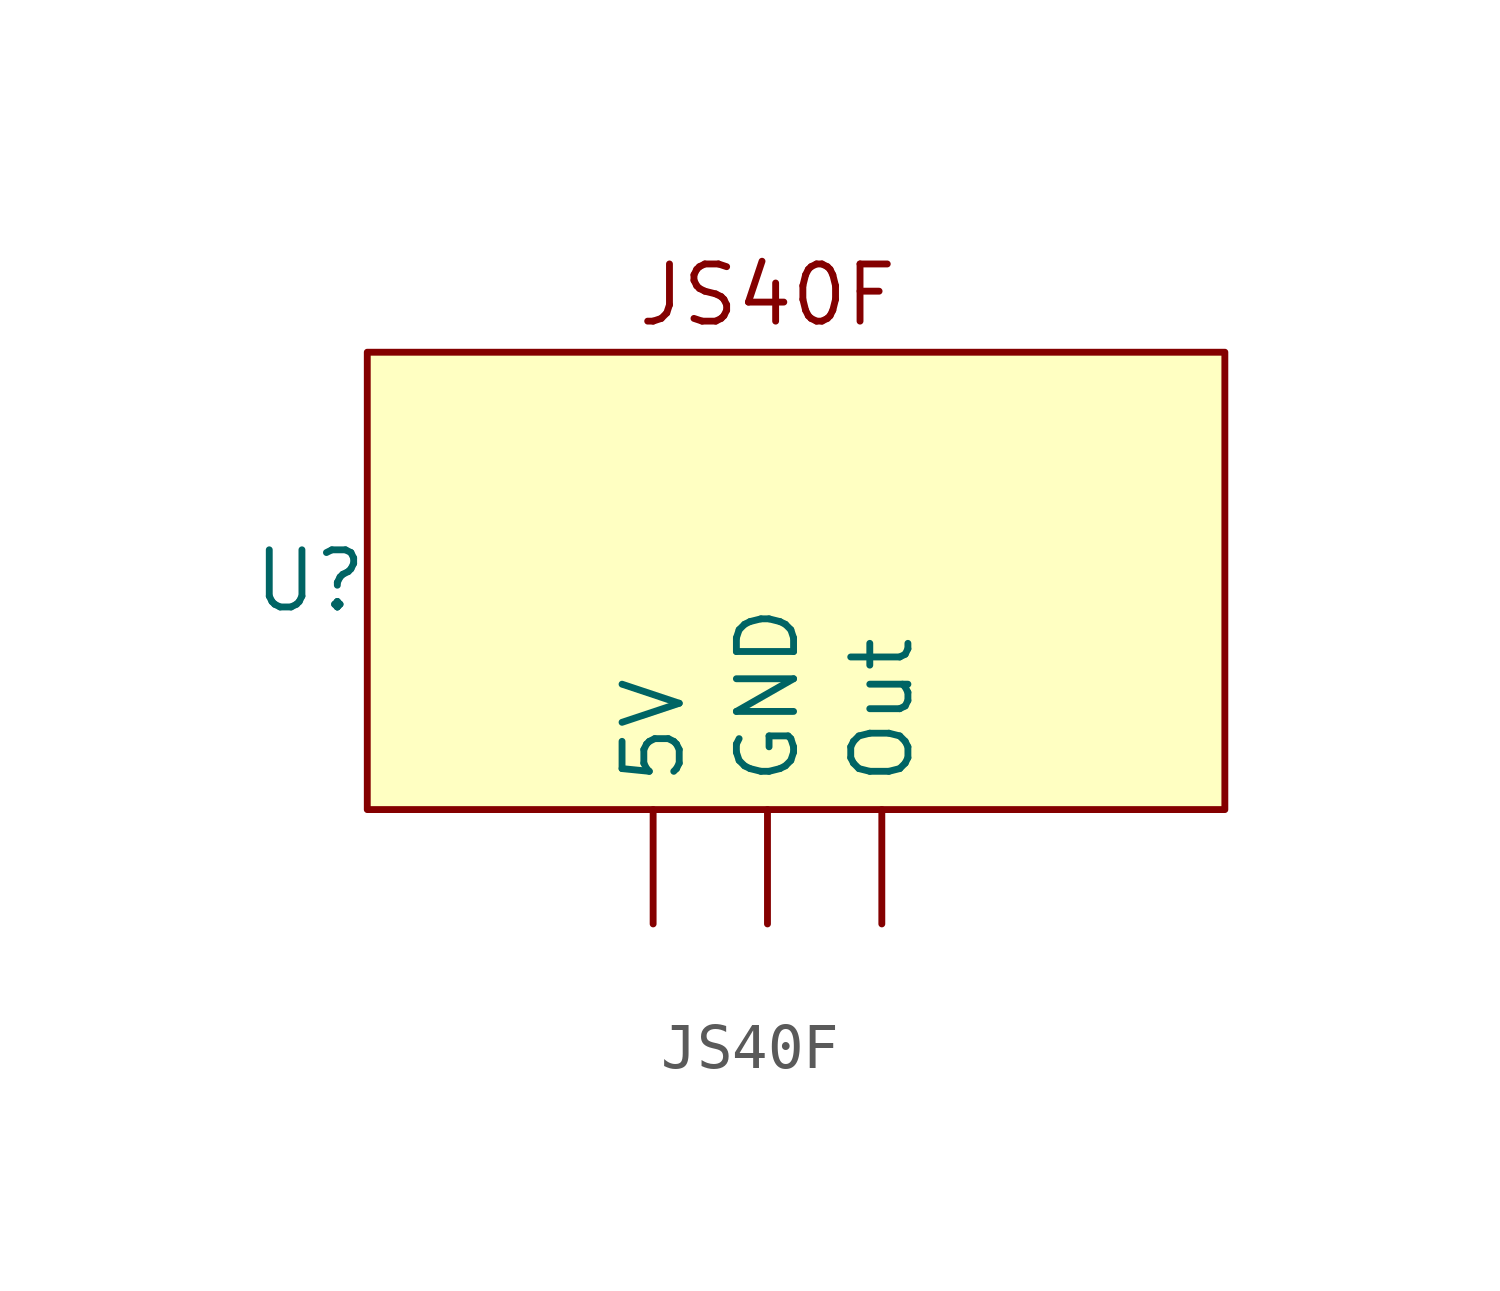
<source format=kicad_sym>
(kicad_symbol_lib
  (version 20220914)
  (generator kicad_symbol_editor)
  (symbol "JS40F"
    (property "Reference" "U"
      (at -10.16 6.35 0)
      (effects (font (size 1.27 1.27))))
    (property "Value" ""
      (at 0 0 0)
      (effects (font (size 1.27 1.27))))
    (symbol "JS40F_1_1"
      (rectangle (start -8.89 11.43) (end 10.16 1.27) (stroke (width 0) (type default)) (fill (type background)))
      (text "JS40F\n" (at 0 12.7 0) (effects (font (size 1.27 1.27))))
      (pin power_in line (at -2.54 -1.27 90) (length 2.54) (name "5V" (effects (font (size 1.27 1.27)))) (number "" (effects (font (size 1.27 1.27)))))
      (pin input line (at 0 -1.27 90) (length 2.54) (name "GND" (effects (font (size 1.27 1.27)))) (number "" (effects (font (size 1.27 1.27)))))
      (pin output line (at 2.54 -1.27 90) (length 2.54) (name "Out" (effects (font (size 1.27 1.27)))) (number "" (effects (font (size 1.27 1.27))))))))
</source>
